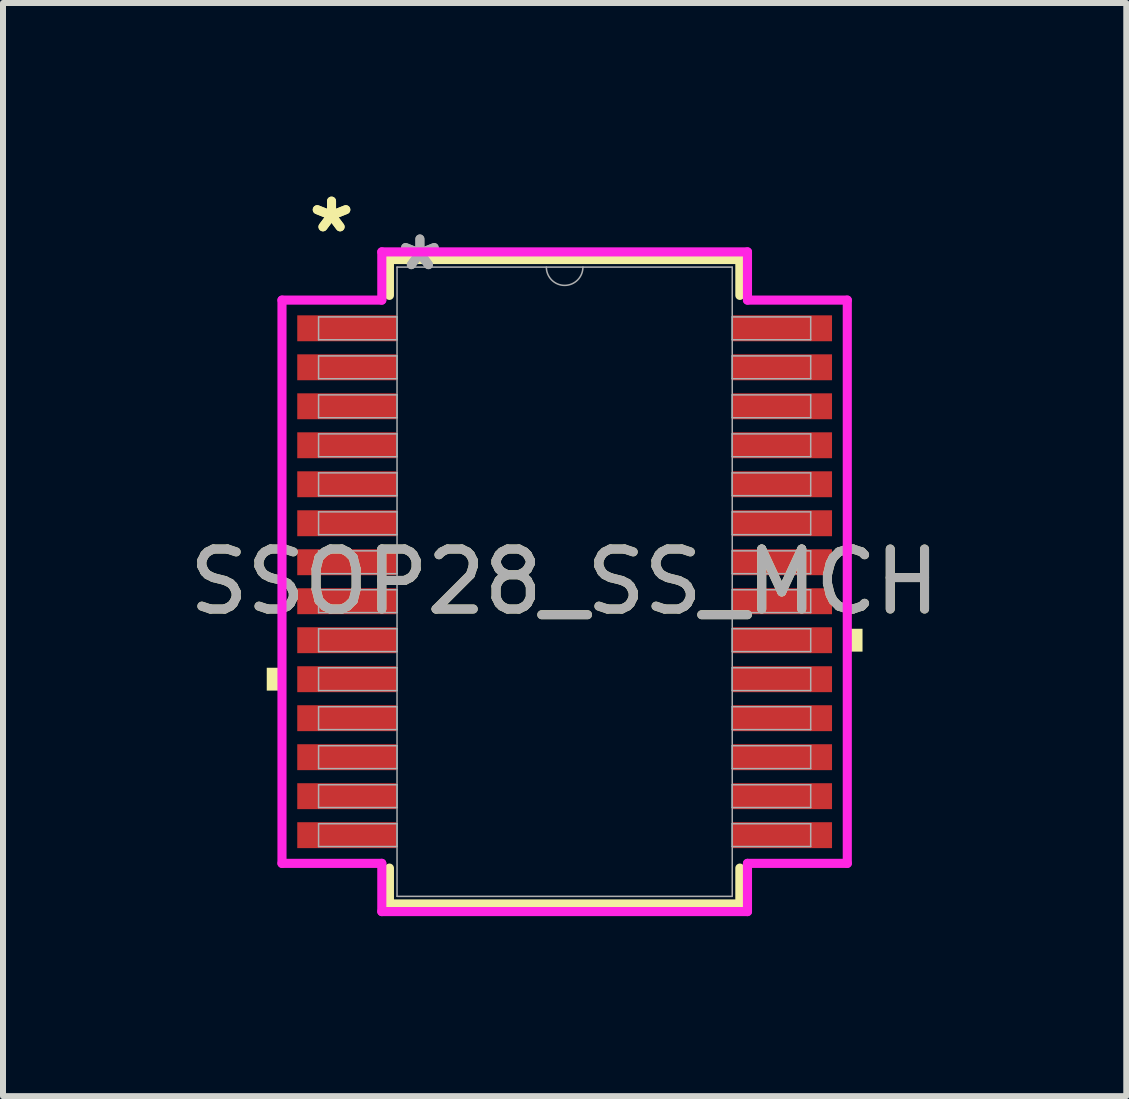
<source format=kicad_pcb>
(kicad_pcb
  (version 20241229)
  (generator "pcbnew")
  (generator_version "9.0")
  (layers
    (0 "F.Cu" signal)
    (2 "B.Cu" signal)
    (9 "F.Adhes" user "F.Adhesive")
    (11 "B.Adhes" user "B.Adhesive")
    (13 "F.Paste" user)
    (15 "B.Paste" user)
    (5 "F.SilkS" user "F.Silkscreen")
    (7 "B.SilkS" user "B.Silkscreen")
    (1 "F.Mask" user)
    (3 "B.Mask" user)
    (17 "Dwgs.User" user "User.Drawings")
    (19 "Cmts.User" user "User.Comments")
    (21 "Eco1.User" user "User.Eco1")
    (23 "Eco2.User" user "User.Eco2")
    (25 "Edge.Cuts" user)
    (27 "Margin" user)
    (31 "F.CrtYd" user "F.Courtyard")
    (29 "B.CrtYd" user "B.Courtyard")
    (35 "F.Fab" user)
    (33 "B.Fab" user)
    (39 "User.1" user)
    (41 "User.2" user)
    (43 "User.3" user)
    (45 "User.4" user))
  (footprint "SSOP28_SS_MCH"
    (layer "F.Cu")
    (at 6.363 6.648)
    (property "Reference" "SSOP28_SS_MCH" (at 0 0 0) (unlocked yes) (layer "F.SilkS") (effects (font (size 1 1) (thickness 0.15))))
    (attr smd)
    (fp_line (start -2.921 -5.372) (end -2.921 -4.774) (stroke (width 0.152) (type solid)) (layer "F.SilkS"))
    (fp_line (start -2.921 4.774) (end -2.921 5.372) (stroke (width 0.152) (type solid)) (layer "F.SilkS"))
    (fp_line (start -2.921 5.372) (end 2.921 5.372) (stroke (width 0.152) (type solid)) (layer "F.SilkS"))
    (fp_line (start 2.921 -5.372) (end -2.921 -5.372) (stroke (width 0.152) (type solid)) (layer "F.SilkS"))
    (fp_line (start 2.921 -4.774) (end 2.921 -5.372) (stroke (width 0.152) (type solid)) (layer "F.SilkS"))
    (fp_line (start 2.921 5.372) (end 2.921 4.774) (stroke (width 0.152) (type solid)) (layer "F.SilkS"))
    (fp_poly (pts (xy -4.966 1.434) (xy -4.966 1.815) (xy -4.712 1.815) (xy -4.712 1.434)) (stroke (width 0) (type solid)) (fill yes) (layer "F.SilkS"))
    (fp_poly (pts (xy 4.966 0.784) (xy 4.966 1.165) (xy 4.712 1.165) (xy 4.712 0.784)) (stroke (width 0) (type solid)) (fill yes) (layer "F.SilkS"))
    (fp_line (start -4.712 -4.695) (end -3.048 -4.695) (stroke (width 0.152) (type solid)) (layer "F.CrtYd"))
    (fp_line (start -4.712 4.695) (end -4.712 -4.695) (stroke (width 0.152) (type solid)) (layer "F.CrtYd"))
    (fp_line (start -4.712 4.695) (end -3.048 4.695) (stroke (width 0.152) (type solid)) (layer "F.CrtYd"))
    (fp_line (start -3.048 -5.499) (end 3.048 -5.499) (stroke (width 0.152) (type solid)) (layer "F.CrtYd"))
    (fp_line (start -3.048 -4.695) (end -3.048 -5.499) (stroke (width 0.152) (type solid)) (layer "F.CrtYd"))
    (fp_line (start -3.048 5.499) (end -3.048 4.695) (stroke (width 0.152) (type solid)) (layer "F.CrtYd"))
    (fp_line (start 3.048 -5.499) (end 3.048 -4.695) (stroke (width 0.152) (type solid)) (layer "F.CrtYd"))
    (fp_line (start 3.048 4.695) (end 3.048 5.499) (stroke (width 0.152) (type solid)) (layer "F.CrtYd"))
    (fp_line (start 3.048 5.499) (end -3.048 5.499) (stroke (width 0.152) (type solid)) (layer "F.CrtYd"))
    (fp_line (start 4.712 -4.695) (end 3.048 -4.695) (stroke (width 0.152) (type solid)) (layer "F.CrtYd"))
    (fp_line (start 4.712 -4.695) (end 4.712 4.695) (stroke (width 0.152) (type solid)) (layer "F.CrtYd"))
    (fp_line (start 4.712 4.695) (end 3.048 4.695) (stroke (width 0.152) (type solid)) (layer "F.CrtYd"))
    (fp_line (start -4.102 -4.415) (end -4.102 -4.034) (stroke (width 0.025) (type solid)) (layer "F.Fab"))
    (fp_line (start -4.102 -4.034) (end -2.794 -4.034) (stroke (width 0.025) (type solid)) (layer "F.Fab"))
    (fp_line (start -4.102 -3.765) (end -4.102 -3.384) (stroke (width 0.025) (type solid)) (layer "F.Fab"))
    (fp_line (start -4.102 -3.384) (end -2.794 -3.384) (stroke (width 0.025) (type solid)) (layer "F.Fab"))
    (fp_line (start -4.102 -3.115) (end -4.102 -2.734) (stroke (width 0.025) (type solid)) (layer "F.Fab"))
    (fp_line (start -4.102 -2.734) (end -2.794 -2.734) (stroke (width 0.025) (type solid)) (layer "F.Fab"))
    (fp_line (start -4.102 -2.465) (end -4.102 -2.084) (stroke (width 0.025) (type solid)) (layer "F.Fab"))
    (fp_line (start -4.102 -2.084) (end -2.794 -2.084) (stroke (width 0.025) (type solid)) (layer "F.Fab"))
    (fp_line (start -4.102 -1.815) (end -4.102 -1.434) (stroke (width 0.025) (type solid)) (layer "F.Fab"))
    (fp_line (start -4.102 -1.434) (end -2.794 -1.434) (stroke (width 0.025) (type solid)) (layer "F.Fab"))
    (fp_line (start -4.102 -1.165) (end -4.102 -0.784) (stroke (width 0.025) (type solid)) (layer "F.Fab"))
    (fp_line (start -4.102 -0.784) (end -2.794 -0.784) (stroke (width 0.025) (type solid)) (layer "F.Fab"))
    (fp_line (start -4.102 -0.515) (end -4.102 -0.134) (stroke (width 0.025) (type solid)) (layer "F.Fab"))
    (fp_line (start -4.102 -0.134) (end -2.794 -0.134) (stroke (width 0.025) (type solid)) (layer "F.Fab"))
    (fp_line (start -4.102 0.134) (end -4.102 0.515) (stroke (width 0.025) (type solid)) (layer "F.Fab"))
    (fp_line (start -4.102 0.515) (end -2.794 0.515) (stroke (width 0.025) (type solid)) (layer "F.Fab"))
    (fp_line (start -4.102 0.784) (end -4.102 1.165) (stroke (width 0.025) (type solid)) (layer "F.Fab"))
    (fp_line (start -4.102 1.165) (end -2.794 1.165) (stroke (width 0.025) (type solid)) (layer "F.Fab"))
    (fp_line (start -4.102 1.434) (end -4.102 1.815) (stroke (width 0.025) (type solid)) (layer "F.Fab"))
    (fp_line (start -4.102 1.815) (end -2.794 1.815) (stroke (width 0.025) (type solid)) (layer "F.Fab"))
    (fp_line (start -4.102 2.084) (end -4.102 2.465) (stroke (width 0.025) (type solid)) (layer "F.Fab"))
    (fp_line (start -4.102 2.465) (end -2.794 2.465) (stroke (width 0.025) (type solid)) (layer "F.Fab"))
    (fp_line (start -4.102 2.734) (end -4.102 3.115) (stroke (width 0.025) (type solid)) (layer "F.Fab"))
    (fp_line (start -4.102 3.115) (end -2.794 3.115) (stroke (width 0.025) (type solid)) (layer "F.Fab"))
    (fp_line (start -4.102 3.384) (end -4.102 3.765) (stroke (width 0.025) (type solid)) (layer "F.Fab"))
    (fp_line (start -4.102 3.765) (end -2.794 3.765) (stroke (width 0.025) (type solid)) (layer "F.Fab"))
    (fp_line (start -4.102 4.034) (end -4.102 4.415) (stroke (width 0.025) (type solid)) (layer "F.Fab"))
    (fp_line (start -4.102 4.415) (end -2.794 4.415) (stroke (width 0.025) (type solid)) (layer "F.Fab"))
    (fp_line (start -2.794 -5.245) (end -2.794 5.245) (stroke (width 0.025) (type solid)) (layer "F.Fab"))
    (fp_line (start -2.794 -4.415) (end -4.102 -4.415) (stroke (width 0.025) (type solid)) (layer "F.Fab"))
    (fp_line (start -2.794 -4.034) (end -2.794 -4.415) (stroke (width 0.025) (type solid)) (layer "F.Fab"))
    (fp_line (start -2.794 -3.765) (end -4.102 -3.765) (stroke (width 0.025) (type solid)) (layer "F.Fab"))
    (fp_line (start -2.794 -3.384) (end -2.794 -3.765) (stroke (width 0.025) (type solid)) (layer "F.Fab"))
    (fp_line (start -2.794 -3.115) (end -4.102 -3.115) (stroke (width 0.025) (type solid)) (layer "F.Fab"))
    (fp_line (start -2.794 -2.734) (end -2.794 -3.115) (stroke (width 0.025) (type solid)) (layer "F.Fab"))
    (fp_line (start -2.794 -2.465) (end -4.102 -2.465) (stroke (width 0.025) (type solid)) (layer "F.Fab"))
    (fp_line (start -2.794 -2.084) (end -2.794 -2.465) (stroke (width 0.025) (type solid)) (layer "F.Fab"))
    (fp_line (start -2.794 -1.815) (end -4.102 -1.815) (stroke (width 0.025) (type solid)) (layer "F.Fab"))
    (fp_line (start -2.794 -1.434) (end -2.794 -1.815) (stroke (width 0.025) (type solid)) (layer "F.Fab"))
    (fp_line (start -2.794 -1.165) (end -4.102 -1.165) (stroke (width 0.025) (type solid)) (layer "F.Fab"))
    (fp_line (start -2.794 -0.784) (end -2.794 -1.165) (stroke (width 0.025) (type solid)) (layer "F.Fab"))
    (fp_line (start -2.794 -0.515) (end -4.102 -0.515) (stroke (width 0.025) (type solid)) (layer "F.Fab"))
    (fp_line (start -2.794 -0.134) (end -2.794 -0.515) (stroke (width 0.025) (type solid)) (layer "F.Fab"))
    (fp_line (start -2.794 0.134) (end -4.102 0.134) (stroke (width 0.025) (type solid)) (layer "F.Fab"))
    (fp_line (start -2.794 0.515) (end -2.794 0.134) (stroke (width 0.025) (type solid)) (layer "F.Fab"))
    (fp_line (start -2.794 0.784) (end -4.102 0.784) (stroke (width 0.025) (type solid)) (layer "F.Fab"))
    (fp_line (start -2.794 1.165) (end -2.794 0.784) (stroke (width 0.025) (type solid)) (layer "F.Fab"))
    (fp_line (start -2.794 1.434) (end -4.102 1.434) (stroke (width 0.025) (type solid)) (layer "F.Fab"))
    (fp_line (start -2.794 1.815) (end -2.794 1.434) (stroke (width 0.025) (type solid)) (layer "F.Fab"))
    (fp_line (start -2.794 2.084) (end -4.102 2.084) (stroke (width 0.025) (type solid)) (layer "F.Fab"))
    (fp_line (start -2.794 2.465) (end -2.794 2.084) (stroke (width 0.025) (type solid)) (layer "F.Fab"))
    (fp_line (start -2.794 2.734) (end -4.102 2.734) (stroke (width 0.025) (type solid)) (layer "F.Fab"))
    (fp_line (start -2.794 3.115) (end -2.794 2.734) (stroke (width 0.025) (type solid)) (layer "F.Fab"))
    (fp_line (start -2.794 3.384) (end -4.102 3.384) (stroke (width 0.025) (type solid)) (layer "F.Fab"))
    (fp_line (start -2.794 3.765) (end -2.794 3.384) (stroke (width 0.025) (type solid)) (layer "F.Fab"))
    (fp_line (start -2.794 4.034) (end -4.102 4.034) (stroke (width 0.025) (type solid)) (layer "F.Fab"))
    (fp_line (start -2.794 4.415) (end -2.794 4.034) (stroke (width 0.025) (type solid)) (layer "F.Fab"))
    (fp_line (start -2.794 5.245) (end 2.794 5.245) (stroke (width 0.025) (type solid)) (layer "F.Fab"))
    (fp_line (start 2.794 -5.245) (end -2.794 -5.245) (stroke (width 0.025) (type solid)) (layer "F.Fab"))
    (fp_line (start 2.794 -4.415) (end 2.794 -4.034) (stroke (width 0.025) (type solid)) (layer "F.Fab"))
    (fp_line (start 2.794 -4.034) (end 4.102 -4.034) (stroke (width 0.025) (type solid)) (layer "F.Fab"))
    (fp_line (start 2.794 -3.765) (end 2.794 -3.384) (stroke (width 0.025) (type solid)) (layer "F.Fab"))
    (fp_line (start 2.794 -3.384) (end 4.102 -3.384) (stroke (width 0.025) (type solid)) (layer "F.Fab"))
    (fp_line (start 2.794 -3.115) (end 2.794 -2.734) (stroke (width 0.025) (type solid)) (layer "F.Fab"))
    (fp_line (start 2.794 -2.734) (end 4.102 -2.734) (stroke (width 0.025) (type solid)) (layer "F.Fab"))
    (fp_line (start 2.794 -2.465) (end 2.794 -2.084) (stroke (width 0.025) (type solid)) (layer "F.Fab"))
    (fp_line (start 2.794 -2.084) (end 4.102 -2.084) (stroke (width 0.025) (type solid)) (layer "F.Fab"))
    (fp_line (start 2.794 -1.815) (end 2.794 -1.434) (stroke (width 0.025) (type solid)) (layer "F.Fab"))
    (fp_line (start 2.794 -1.434) (end 4.102 -1.434) (stroke (width 0.025) (type solid)) (layer "F.Fab"))
    (fp_line (start 2.794 -1.165) (end 2.794 -0.784) (stroke (width 0.025) (type solid)) (layer "F.Fab"))
    (fp_line (start 2.794 -0.784) (end 4.102 -0.784) (stroke (width 0.025) (type solid)) (layer "F.Fab"))
    (fp_line (start 2.794 -0.515) (end 2.794 -0.134) (stroke (width 0.025) (type solid)) (layer "F.Fab"))
    (fp_line (start 2.794 -0.134) (end 4.102 -0.134) (stroke (width 0.025) (type solid)) (layer "F.Fab"))
    (fp_line (start 2.794 0.134) (end 2.794 0.515) (stroke (width 0.025) (type solid)) (layer "F.Fab"))
    (fp_line (start 2.794 0.515) (end 4.102 0.515) (stroke (width 0.025) (type solid)) (layer "F.Fab"))
    (fp_line (start 2.794 0.784) (end 2.794 1.165) (stroke (width 0.025) (type solid)) (layer "F.Fab"))
    (fp_line (start 2.794 1.165) (end 4.102 1.165) (stroke (width 0.025) (type solid)) (layer "F.Fab"))
    (fp_line (start 2.794 1.434) (end 2.794 1.815) (stroke (width 0.025) (type solid)) (layer "F.Fab"))
    (fp_line (start 2.794 1.815) (end 4.102 1.815) (stroke (width 0.025) (type solid)) (layer "F.Fab"))
    (fp_line (start 2.794 2.084) (end 2.794 2.465) (stroke (width 0.025) (type solid)) (layer "F.Fab"))
    (fp_line (start 2.794 2.465) (end 4.102 2.465) (stroke (width 0.025) (type solid)) (layer "F.Fab"))
    (fp_line (start 2.794 2.734) (end 2.794 3.115) (stroke (width 0.025) (type solid)) (layer "F.Fab"))
    (fp_line (start 2.794 3.115) (end 4.102 3.115) (stroke (width 0.025) (type solid)) (layer "F.Fab"))
    (fp_line (start 2.794 3.384) (end 2.794 3.765) (stroke (width 0.025) (type solid)) (layer "F.Fab"))
    (fp_line (start 2.794 3.765) (end 4.102 3.765) (stroke (width 0.025) (type solid)) (layer "F.Fab"))
    (fp_line (start 2.794 4.034) (end 2.794 4.415) (stroke (width 0.025) (type solid)) (layer "F.Fab"))
    (fp_line (start 2.794 4.415) (end 4.102 4.415) (stroke (width 0.025) (type solid)) (layer "F.Fab"))
    (fp_line (start 2.794 5.245) (end 2.794 -5.245) (stroke (width 0.025) (type solid)) (layer "F.Fab"))
    (fp_line (start 4.102 -4.415) (end 2.794 -4.415) (stroke (width 0.025) (type solid)) (layer "F.Fab"))
    (fp_line (start 4.102 -4.034) (end 4.102 -4.415) (stroke (width 0.025) (type solid)) (layer "F.Fab"))
    (fp_line (start 4.102 -3.765) (end 2.794 -3.765) (stroke (width 0.025) (type solid)) (layer "F.Fab"))
    (fp_line (start 4.102 -3.384) (end 4.102 -3.765) (stroke (width 0.025) (type solid)) (layer "F.Fab"))
    (fp_line (start 4.102 -3.115) (end 2.794 -3.115) (stroke (width 0.025) (type solid)) (layer "F.Fab"))
    (fp_line (start 4.102 -2.734) (end 4.102 -3.115) (stroke (width 0.025) (type solid)) (layer "F.Fab"))
    (fp_line (start 4.102 -2.465) (end 2.794 -2.465) (stroke (width 0.025) (type solid)) (layer "F.Fab"))
    (fp_line (start 4.102 -2.084) (end 4.102 -2.465) (stroke (width 0.025) (type solid)) (layer "F.Fab"))
    (fp_line (start 4.102 -1.815) (end 2.794 -1.815) (stroke (width 0.025) (type solid)) (layer "F.Fab"))
    (fp_line (start 4.102 -1.434) (end 4.102 -1.815) (stroke (width 0.025) (type solid)) (layer "F.Fab"))
    (fp_line (start 4.102 -1.165) (end 2.794 -1.165) (stroke (width 0.025) (type solid)) (layer "F.Fab"))
    (fp_line (start 4.102 -0.784) (end 4.102 -1.165) (stroke (width 0.025) (type solid)) (layer "F.Fab"))
    (fp_line (start 4.102 -0.515) (end 2.794 -0.515) (stroke (width 0.025) (type solid)) (layer "F.Fab"))
    (fp_line (start 4.102 -0.134) (end 4.102 -0.515) (stroke (width 0.025) (type solid)) (layer "F.Fab"))
    (fp_line (start 4.102 0.134) (end 2.794 0.134) (stroke (width 0.025) (type solid)) (layer "F.Fab"))
    (fp_line (start 4.102 0.515) (end 4.102 0.134) (stroke (width 0.025) (type solid)) (layer "F.Fab"))
    (fp_line (start 4.102 0.784) (end 2.794 0.784) (stroke (width 0.025) (type solid)) (layer "F.Fab"))
    (fp_line (start 4.102 1.165) (end 4.102 0.784) (stroke (width 0.025) (type solid)) (layer "F.Fab"))
    (fp_line (start 4.102 1.434) (end 2.794 1.434) (stroke (width 0.025) (type solid)) (layer "F.Fab"))
    (fp_line (start 4.102 1.815) (end 4.102 1.434) (stroke (width 0.025) (type solid)) (layer "F.Fab"))
    (fp_line (start 4.102 2.084) (end 2.794 2.084) (stroke (width 0.025) (type solid)) (layer "F.Fab"))
    (fp_line (start 4.102 2.465) (end 4.102 2.084) (stroke (width 0.025) (type solid)) (layer "F.Fab"))
    (fp_line (start 4.102 2.734) (end 2.794 2.734) (stroke (width 0.025) (type solid)) (layer "F.Fab"))
    (fp_line (start 4.102 3.115) (end 4.102 2.734) (stroke (width 0.025) (type solid)) (layer "F.Fab"))
    (fp_line (start 4.102 3.384) (end 2.794 3.384) (stroke (width 0.025) (type solid)) (layer "F.Fab"))
    (fp_line (start 4.102 3.765) (end 4.102 3.384) (stroke (width 0.025) (type solid)) (layer "F.Fab"))
    (fp_line (start 4.102 4.034) (end 2.794 4.034) (stroke (width 0.025) (type solid)) (layer "F.Fab"))
    (fp_line (start 4.102 4.415) (end 4.102 4.034) (stroke (width 0.025) (type solid)) (layer "F.Fab"))
    (fp_arc (start 0.3048 -5.2451) (mid 0 -4.9403) (end -0.3048 -5.2451) (stroke (width 0.0254) (type solid)) (layer "F.Fab"))
    (fp_text user "*" (at -3.886 -5.8 0) (unlocked yes) (layer "F.SilkS") (effects (font (size 1 1) (thickness 0.15))))
    (fp_text user "*" (at -3.886 -5.8 0) (layer "F.SilkS") (effects (font (size 1 1) (thickness 0.15))))
    (fp_text user "*" (at -2.413 -5.169 0) (layer "F.Fab") (effects (font (size 1 1) (thickness 0.15))))
    (fp_text user "*" (at -2.413 -5.169 0) (unlocked yes) (layer "F.Fab") (effects (font (size 1 1) (thickness 0.15))))
    (fp_text user "${REFERENCE}" (at 0 0 0) (unlocked yes) (layer "F.Fab") (effects (font (size 1 1) (thickness 0.15))))
    (pad "1" smd rect (at -3.632 -4.225) (size 1.651 0.432) (layers "F.Cu" "F.Mask" "F.Paste"))
    (pad "2" smd rect (at -3.632 -3.575) (size 1.651 0.432) (layers "F.Cu" "F.Mask" "F.Paste"))
    (pad "3" smd rect (at -3.632 -2.925) (size 1.651 0.432) (layers "F.Cu" "F.Mask" "F.Paste"))
    (pad "4" smd rect (at -3.632 -2.275) (size 1.651 0.432) (layers "F.Cu" "F.Mask" "F.Paste"))
    (pad "5" smd rect (at -3.632 -1.625) (size 1.651 0.432) (layers "F.Cu" "F.Mask" "F.Paste"))
    (pad "6" smd rect (at -3.632 -0.975) (size 1.651 0.432) (layers "F.Cu" "F.Mask" "F.Paste"))
    (pad "7" smd rect (at -3.632 -0.325) (size 1.651 0.432) (layers "F.Cu" "F.Mask" "F.Paste"))
    (pad "8" smd rect (at -3.632 0.325) (size 1.651 0.432) (layers "F.Cu" "F.Mask" "F.Paste"))
    (pad "9" smd rect (at -3.632 0.975) (size 1.651 0.432) (layers "F.Cu" "F.Mask" "F.Paste"))
    (pad "10" smd rect (at -3.632 1.625) (size 1.651 0.432) (layers "F.Cu" "F.Mask" "F.Paste"))
    (pad "11" smd rect (at -3.632 2.275) (size 1.651 0.432) (layers "F.Cu" "F.Mask" "F.Paste"))
    (pad "12" smd rect (at -3.632 2.925) (size 1.651 0.432) (layers "F.Cu" "F.Mask" "F.Paste"))
    (pad "13" smd rect (at -3.632 3.575) (size 1.651 0.432) (layers "F.Cu" "F.Mask" "F.Paste"))
    (pad "14" smd rect (at -3.632 4.225) (size 1.651 0.432) (layers "F.Cu" "F.Mask" "F.Paste"))
    (pad "15" smd rect (at 3.632 4.225) (size 1.651 0.432) (layers "F.Cu" "F.Mask" "F.Paste"))
    (pad "16" smd rect (at 3.632 3.575) (size 1.651 0.432) (layers "F.Cu" "F.Mask" "F.Paste"))
    (pad "17" smd rect (at 3.632 2.925) (size 1.651 0.432) (layers "F.Cu" "F.Mask" "F.Paste"))
    (pad "18" smd rect (at 3.632 2.275) (size 1.651 0.432) (layers "F.Cu" "F.Mask" "F.Paste"))
    (pad "19" smd rect (at 3.632 1.625) (size 1.651 0.432) (layers "F.Cu" "F.Mask" "F.Paste"))
    (pad "20" smd rect (at 3.632 0.975) (size 1.651 0.432) (layers "F.Cu" "F.Mask" "F.Paste"))
    (pad "21" smd rect (at 3.632 0.325) (size 1.651 0.432) (layers "F.Cu" "F.Mask" "F.Paste"))
    (pad "22" smd rect (at 3.632 -0.325) (size 1.651 0.432) (layers "F.Cu" "F.Mask" "F.Paste"))
    (pad "23" smd rect (at 3.632 -0.975) (size 1.651 0.432) (layers "F.Cu" "F.Mask" "F.Paste"))
    (pad "24" smd rect (at 3.632 -1.625) (size 1.651 0.432) (layers "F.Cu" "F.Mask" "F.Paste"))
    (pad "25" smd rect (at 3.632 -2.275) (size 1.651 0.432) (layers "F.Cu" "F.Mask" "F.Paste"))
    (pad "26" smd rect (at 3.632 -2.925) (size 1.651 0.432) (layers "F.Cu" "F.Mask" "F.Paste"))
    (pad "27" smd rect (at 3.632 -3.575) (size 1.651 0.432) (layers "F.Cu" "F.Mask" "F.Paste"))
    (pad "28" smd rect (at 3.632 -4.225) (size 1.651 0.432) (layers "F.Cu" "F.Mask" "F.Paste")))
  (gr_rect
    (start -3 -3)
    (end 15.726 15.223)
    (stroke (width 0.1) (type default))
    (fill no)
    (layer "Edge.Cuts")))
</source>
